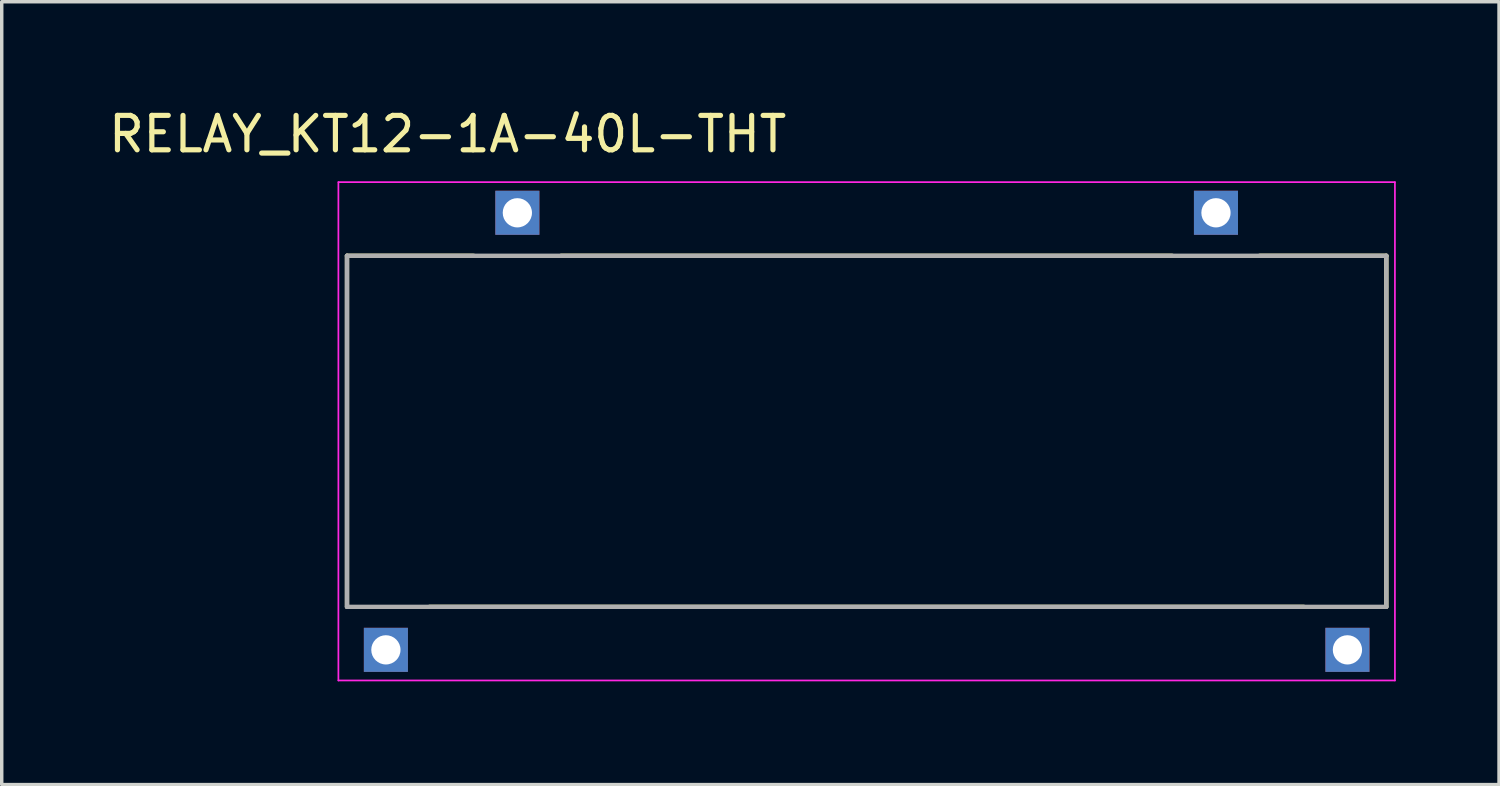
<source format=kicad_pcb>
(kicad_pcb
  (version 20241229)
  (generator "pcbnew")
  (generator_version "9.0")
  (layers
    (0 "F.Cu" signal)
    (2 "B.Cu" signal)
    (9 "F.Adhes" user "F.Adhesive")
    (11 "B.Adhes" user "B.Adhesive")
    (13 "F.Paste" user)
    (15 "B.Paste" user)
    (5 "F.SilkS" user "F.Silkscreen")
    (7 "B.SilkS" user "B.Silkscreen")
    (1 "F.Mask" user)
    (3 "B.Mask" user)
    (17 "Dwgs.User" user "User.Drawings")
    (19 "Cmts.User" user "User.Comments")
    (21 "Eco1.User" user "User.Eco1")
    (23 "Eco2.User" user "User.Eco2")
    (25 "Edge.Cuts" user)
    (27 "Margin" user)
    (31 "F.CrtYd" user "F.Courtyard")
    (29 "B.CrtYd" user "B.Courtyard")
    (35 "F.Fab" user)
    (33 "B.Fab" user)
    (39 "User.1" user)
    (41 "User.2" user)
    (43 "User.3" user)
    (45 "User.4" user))
  (footprint "RELAY_KT12-1A-40L-THT"
    (layer "F.Cu")
    (at 22.133 9.483)
    (property "Reference" "RELAY_KT12-1A-40L-THT" (at -12.175 -8.635 0) (layer "F.SilkS") (effects (font (size 1 1) (thickness 0.15))))
    (attr through_hole)
    (fp_line (start -15.1 -5.1) (end -11.42 -5.1) (stroke (width 0.127) (type solid)) (layer "F.SilkS"))
    (fp_line (start -15.1 5.1) (end -15.1 -5.1) (stroke (width 0.127) (type solid)) (layer "F.SilkS"))
    (fp_line (start -12.7 5.1) (end 12.7 5.1) (stroke (width 0.127) (type solid)) (layer "F.SilkS"))
    (fp_line (start -8.88 -5.1) (end 8.88 -5.1) (stroke (width 0.127) (type solid)) (layer "F.SilkS"))
    (fp_line (start 11.42 -5.1) (end 15.1 -5.1) (stroke (width 0.127) (type solid)) (layer "F.SilkS"))
    (fp_line (start 15.1 5.1) (end 15.1 -5.1) (stroke (width 0.127) (type solid)) (layer "F.SilkS"))
    (fp_line (start -15.35 -7.24) (end -15.35 7.24) (stroke (width 0.05) (type solid)) (layer "F.CrtYd"))
    (fp_line (start -15.35 7.24) (end 15.35 7.24) (stroke (width 0.05) (type solid)) (layer "F.CrtYd"))
    (fp_line (start 15.35 -7.24) (end -15.35 -7.24) (stroke (width 0.05) (type solid)) (layer "F.CrtYd"))
    (fp_line (start 15.35 7.24) (end 15.35 -7.24) (stroke (width 0.05) (type solid)) (layer "F.CrtYd"))
    (fp_line (start -15.1 -5.1) (end 15.1 -5.1) (stroke (width 0.127) (type solid)) (layer "F.Fab"))
    (fp_line (start -15.1 5.1) (end -15.1 -5.1) (stroke (width 0.127) (type solid)) (layer "F.Fab"))
    (fp_line (start -15.1 5.1) (end 15.1 5.1) (stroke (width 0.127) (type solid)) (layer "F.Fab"))
    (fp_line (start 15.1 5.1) (end 15.1 -5.1) (stroke (width 0.127) (type solid)) (layer "F.Fab"))
    (pad "COIL1" thru_hole rect (at -10.15 -6.35) (size 1.28 1.28) (drill 0.85) (layers "*.Cu" "*.Mask"))
    (pad "COIL2" thru_hole rect (at 10.15 -6.35) (size 1.28 1.28) (drill 0.85) (layers "*.Cu" "*.Mask"))
    (pad "COM" thru_hole rect (at 13.97 6.35) (size 1.28 1.28) (drill 0.85) (layers "*.Cu" "*.Mask"))
    (pad "NO" thru_hole rect (at -13.97 6.35) (size 1.28 1.28) (drill 0.85) (layers "*.Cu" "*.Mask")))
  (gr_rect
    (start -3 -3)
    (end 40.508 19.748)
    (stroke (width 0.1) (type default))
    (fill no)
    (layer "Edge.Cuts")))
</source>
